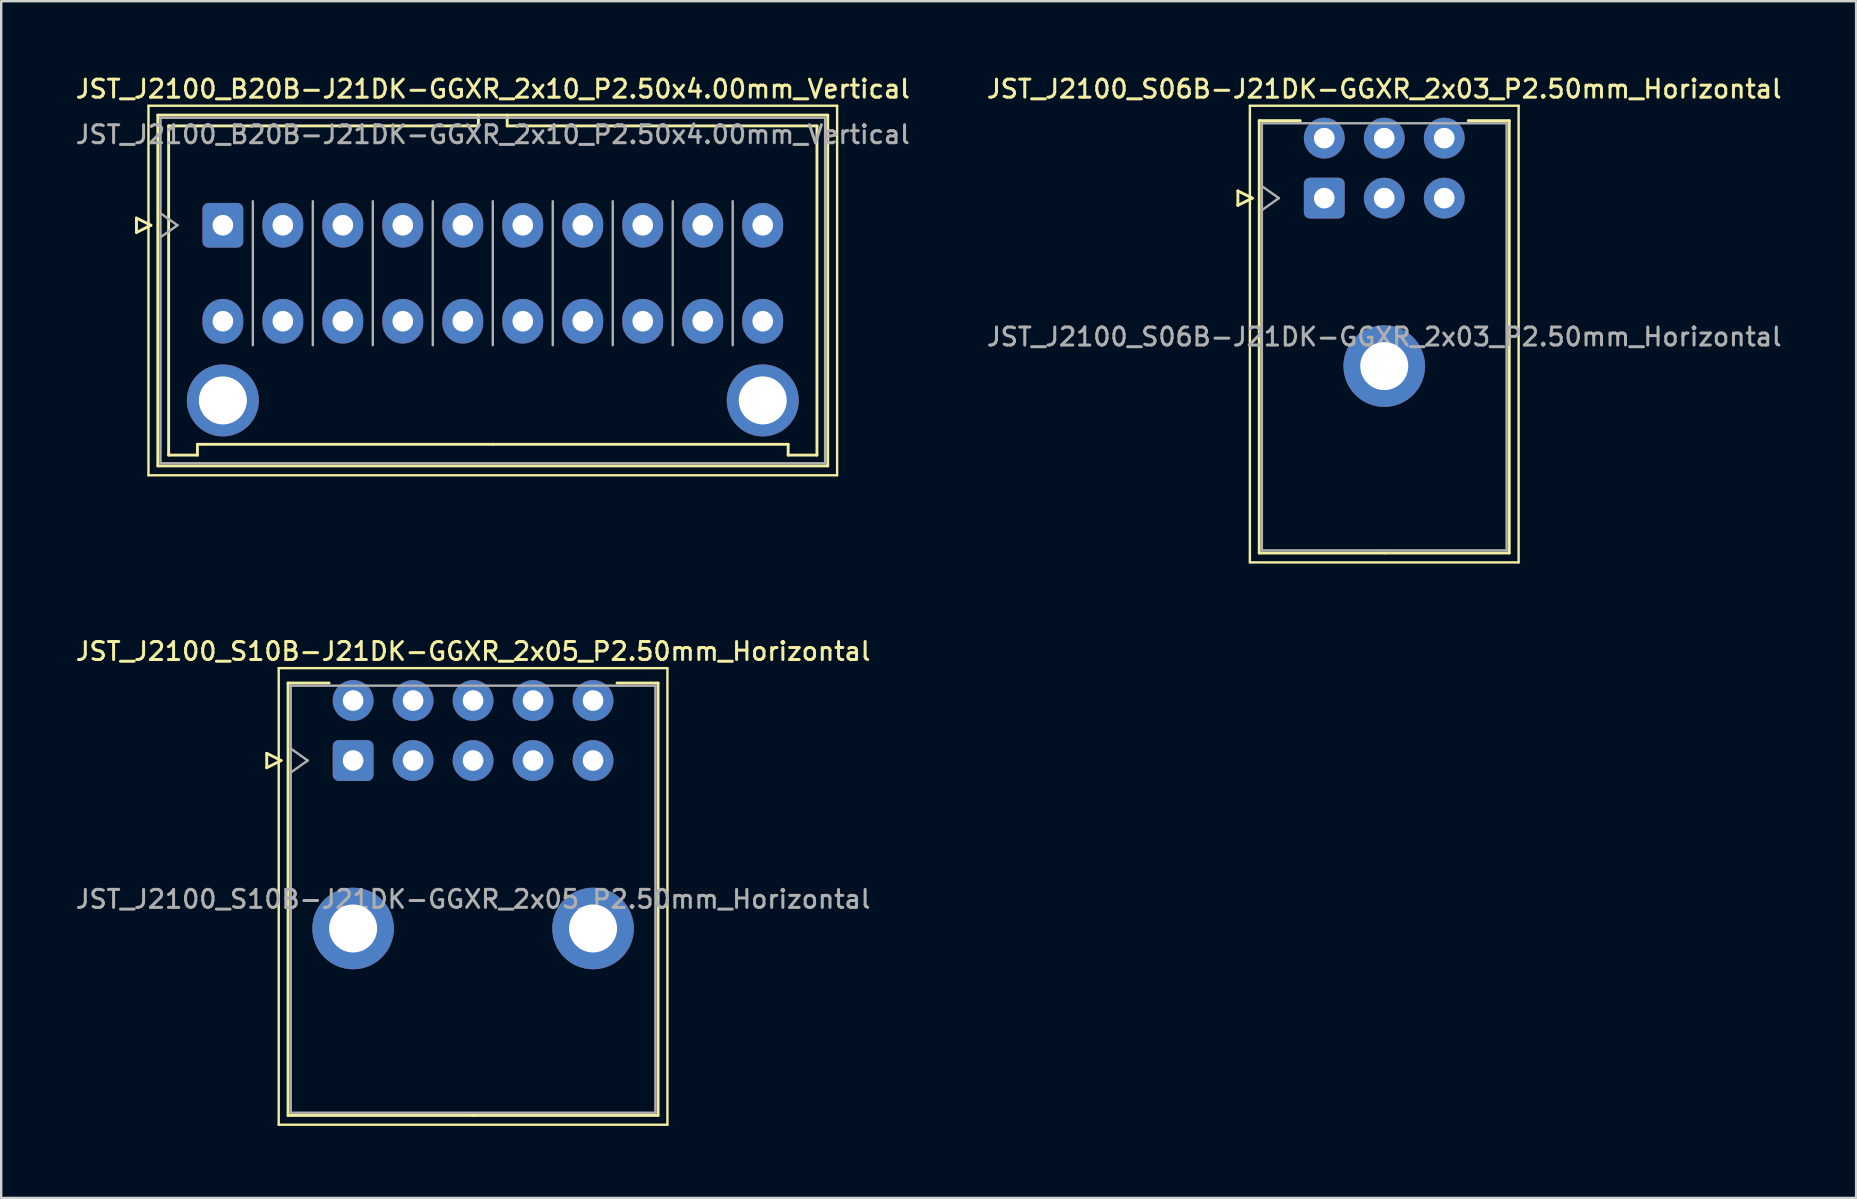
<source format=kicad_pcb>
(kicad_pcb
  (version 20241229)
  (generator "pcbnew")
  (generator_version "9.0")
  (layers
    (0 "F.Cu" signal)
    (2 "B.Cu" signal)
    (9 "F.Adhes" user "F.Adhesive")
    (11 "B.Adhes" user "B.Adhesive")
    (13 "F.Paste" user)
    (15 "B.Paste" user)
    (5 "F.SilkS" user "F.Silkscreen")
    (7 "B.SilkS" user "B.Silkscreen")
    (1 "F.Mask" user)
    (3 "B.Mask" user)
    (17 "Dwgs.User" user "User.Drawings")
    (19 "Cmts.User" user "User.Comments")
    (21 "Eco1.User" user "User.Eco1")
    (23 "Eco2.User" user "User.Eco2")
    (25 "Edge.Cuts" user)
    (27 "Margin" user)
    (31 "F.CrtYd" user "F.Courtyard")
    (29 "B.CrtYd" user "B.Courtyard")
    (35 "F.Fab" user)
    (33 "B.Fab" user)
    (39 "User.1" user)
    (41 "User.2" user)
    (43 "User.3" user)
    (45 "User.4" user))
  (footprint "JST_J2100_S10B-J21DK-GGXR_2x05_P2.50mm_Horizontal"
    (layer "F.Cu")
    (at 11.666 28.646)
    (property "Reference" "JST_J2100_S10B-J21DK-GGXR_2x05_P2.50mm_Horizontal" (at 5 -4.55 0) (layer "F.SilkS") (effects (font (size 0.75 0.75) (thickness 0.125))))
    (attr through_hole)
    (fp_line (start -3.6 -0.3) (end -3 0) (stroke (width 0.12) (type solid)) (layer "F.SilkS"))
    (fp_line (start -3.6 0.3) (end -3.6 -0.3) (stroke (width 0.12) (type solid)) (layer "F.SilkS"))
    (fp_line (start -3.1 -3.85) (end -3.1 15.18) (stroke (width 0.1) (type solid)) (layer "F.SilkS"))
    (fp_line (start -3.1 15.18) (end 13.1 15.18) (stroke (width 0.1) (type solid)) (layer "F.SilkS"))
    (fp_line (start -3 0) (end -3.6 0.3) (stroke (width 0.12) (type solid)) (layer "F.SilkS"))
    (fp_line (start -2.71 -3.23) (end -2.71 14.79) (stroke (width 0.12) (type solid)) (layer "F.SilkS"))
    (fp_line (start -2.71 14.79) (end 5 14.79) (stroke (width 0.12) (type solid)) (layer "F.SilkS"))
    (fp_line (start -1 -3.23) (end -2.71 -3.23) (stroke (width 0.12) (type solid)) (layer "F.SilkS"))
    (fp_line (start 11 -3.23) (end 12.71 -3.23) (stroke (width 0.12) (type solid)) (layer "F.SilkS"))
    (fp_line (start 12.71 -3.23) (end 12.71 14.79) (stroke (width 0.12) (type solid)) (layer "F.SilkS"))
    (fp_line (start 12.71 14.79) (end 5 14.79) (stroke (width 0.12) (type solid)) (layer "F.SilkS"))
    (fp_line (start 13.1 -3.85) (end -3.1 -3.85) (stroke (width 0.1) (type solid)) (layer "F.SilkS"))
    (fp_line (start 13.1 15.18) (end 13.1 -3.85) (stroke (width 0.1) (type solid)) (layer "F.SilkS"))
    (fp_line (start -2.6 -3.12) (end -2.6 14.68) (stroke (width 0.1) (type solid)) (layer "F.Fab"))
    (fp_line (start -2.6 0.5) (end -1.893 0) (stroke (width 0.1) (type solid)) (layer "F.Fab"))
    (fp_line (start -2.6 14.68) (end 12.6 14.68) (stroke (width 0.1) (type solid)) (layer "F.Fab"))
    (fp_line (start -1.893 0) (end -2.6 -0.5) (stroke (width 0.1) (type solid)) (layer "F.Fab"))
    (fp_line (start 12.6 -3.12) (end -2.6 -3.12) (stroke (width 0.1) (type solid)) (layer "F.Fab"))
    (fp_line (start 12.6 14.68) (end 12.6 -3.12) (stroke (width 0.1) (type solid)) (layer "F.Fab"))
    (fp_text user "${REFERENCE}" (at 5 5.78 0) (layer "F.Fab") (effects (font (size 0.75 0.75) (thickness 0.125))))
    (pad "" thru_hole circle (at 0 7) (size 3.4 3.4) (drill 2) (layers "*.Cu" "*.Mask"))
    (pad "" thru_hole circle (at 10 7) (size 3.4 3.4) (drill 2) (layers "*.Cu" "*.Mask"))
    (pad "1" thru_hole roundrect (at 0 0) (size 1.7 1.7) (drill 0.86) (layers "*.Cu" "*.Mask") (roundrect_rratio 0.147))
    (pad "2" thru_hole circle (at 2.5 0) (size 1.7 1.7) (drill 0.86) (layers "*.Cu" "*.Mask"))
    (pad "3" thru_hole circle (at 5 0) (size 1.7 1.7) (drill 0.86) (layers "*.Cu" "*.Mask"))
    (pad "4" thru_hole circle (at 7.5 0) (size 1.7 1.7) (drill 0.86) (layers "*.Cu" "*.Mask"))
    (pad "5" thru_hole circle (at 10 0) (size 1.7 1.7) (drill 0.86) (layers "*.Cu" "*.Mask"))
    (pad "6" thru_hole circle (at 0 -2.5) (size 1.7 1.7) (drill 0.86) (layers "*.Cu" "*.Mask"))
    (pad "7" thru_hole circle (at 2.5 -2.5) (size 1.7 1.7) (drill 0.86) (layers "*.Cu" "*.Mask"))
    (pad "8" thru_hole circle (at 5 -2.5) (size 1.7 1.7) (drill 0.86) (layers "*.Cu" "*.Mask"))
    (pad "9" thru_hole circle (at 7.5 -2.5) (size 1.7 1.7) (drill 0.86) (layers "*.Cu" "*.Mask"))
    (pad "10" thru_hole circle (at 10 -2.5) (size 1.7 1.7) (drill 0.86) (layers "*.Cu" "*.Mask")))
  (footprint "JST_J2100_S06B-J21DK-GGXR_2x03_P2.50mm_Horizontal"
    (layer "F.Cu")
    (at 52.141 5.208)
    (property "Reference" "JST_J2100_S06B-J21DK-GGXR_2x03_P2.50mm_Horizontal" (at 2.5 -4.55 0) (layer "F.SilkS") (effects (font (size 0.75 0.75) (thickness 0.125))))
    (attr through_hole)
    (fp_line (start -3.6 -0.3) (end -3 0) (stroke (width 0.12) (type solid)) (layer "F.SilkS"))
    (fp_line (start -3.6 0.3) (end -3.6 -0.3) (stroke (width 0.12) (type solid)) (layer "F.SilkS"))
    (fp_line (start -3.1 -3.85) (end -3.1 15.18) (stroke (width 0.1) (type solid)) (layer "F.SilkS"))
    (fp_line (start -3.1 15.18) (end 8.1 15.18) (stroke (width 0.1) (type solid)) (layer "F.SilkS"))
    (fp_line (start -3 0) (end -3.6 0.3) (stroke (width 0.12) (type solid)) (layer "F.SilkS"))
    (fp_line (start -2.71 -3.23) (end -2.71 14.79) (stroke (width 0.12) (type solid)) (layer "F.SilkS"))
    (fp_line (start -2.71 14.79) (end 2.5 14.79) (stroke (width 0.12) (type solid)) (layer "F.SilkS"))
    (fp_line (start -1 -3.23) (end -2.71 -3.23) (stroke (width 0.12) (type solid)) (layer "F.SilkS"))
    (fp_line (start 6 -3.23) (end 7.71 -3.23) (stroke (width 0.12) (type solid)) (layer "F.SilkS"))
    (fp_line (start 7.71 -3.23) (end 7.71 14.79) (stroke (width 0.12) (type solid)) (layer "F.SilkS"))
    (fp_line (start 7.71 14.79) (end 2.5 14.79) (stroke (width 0.12) (type solid)) (layer "F.SilkS"))
    (fp_line (start 8.1 -3.85) (end -3.1 -3.85) (stroke (width 0.1) (type solid)) (layer "F.SilkS"))
    (fp_line (start 8.1 15.18) (end 8.1 -3.85) (stroke (width 0.1) (type solid)) (layer "F.SilkS"))
    (fp_line (start -2.6 -3.12) (end -2.6 14.68) (stroke (width 0.1) (type solid)) (layer "F.Fab"))
    (fp_line (start -2.6 0.5) (end -1.893 0) (stroke (width 0.1) (type solid)) (layer "F.Fab"))
    (fp_line (start -2.6 14.68) (end 7.6 14.68) (stroke (width 0.1) (type solid)) (layer "F.Fab"))
    (fp_line (start -1.893 0) (end -2.6 -0.5) (stroke (width 0.1) (type solid)) (layer "F.Fab"))
    (fp_line (start 7.6 -3.12) (end -2.6 -3.12) (stroke (width 0.1) (type solid)) (layer "F.Fab"))
    (fp_line (start 7.6 14.68) (end 7.6 -3.12) (stroke (width 0.1) (type solid)) (layer "F.Fab"))
    (fp_text user "${REFERENCE}" (at 2.5 5.78 0) (layer "F.Fab") (effects (font (size 0.75 0.75) (thickness 0.125))))
    (pad "" thru_hole circle (at 2.5 7) (size 3.4 3.4) (drill 2) (layers "*.Cu" "*.Mask"))
    (pad "1" thru_hole roundrect (at 0 0) (size 1.7 1.7) (drill 0.86) (layers "*.Cu" "*.Mask") (roundrect_rratio 0.147))
    (pad "2" thru_hole circle (at 2.5 0) (size 1.7 1.7) (drill 0.86) (layers "*.Cu" "*.Mask"))
    (pad "3" thru_hole circle (at 5 0) (size 1.7 1.7) (drill 0.86) (layers "*.Cu" "*.Mask"))
    (pad "4" thru_hole circle (at 0 -2.5) (size 1.7 1.7) (drill 0.86) (layers "*.Cu" "*.Mask"))
    (pad "5" thru_hole circle (at 2.5 -2.5) (size 1.7 1.7) (drill 0.86) (layers "*.Cu" "*.Mask"))
    (pad "6" thru_hole circle (at 5 -2.5) (size 1.7 1.7) (drill 0.86) (layers "*.Cu" "*.Mask")))
  (footprint "JST_J2100_B20B-J21DK-GGXR_2x10_P2.50x4.00mm_Vertical"
    (layer "F.Cu")
    (at 6.238 6.338)
    (property "Reference" "JST_J2100_B20B-J21DK-GGXR_2x10_P2.50x4.00mm_Vertical" (at 11.25 -5.68 0) (layer "F.SilkS") (effects (font (size 0.75 0.75) (thickness 0.125))))
    (attr through_hole)
    (fp_line (start -3.6 -0.3) (end -3 0) (stroke (width 0.12) (type solid)) (layer "F.SilkS"))
    (fp_line (start -3.6 0.3) (end -3.6 -0.3) (stroke (width 0.12) (type solid)) (layer "F.SilkS"))
    (fp_line (start -3.1 -4.98) (end -3.1 10.42) (stroke (width 0.1) (type solid)) (layer "F.SilkS"))
    (fp_line (start -3.1 10.42) (end 25.6 10.42) (stroke (width 0.1) (type solid)) (layer "F.SilkS"))
    (fp_line (start -3 0) (end -3.6 0.3) (stroke (width 0.12) (type solid)) (layer "F.SilkS"))
    (fp_line (start -2.71 -4.59) (end -2.71 10.03) (stroke (width 0.12) (type solid)) (layer "F.SilkS"))
    (fp_line (start -2.71 10.03) (end 25.21 10.03) (stroke (width 0.12) (type solid)) (layer "F.SilkS"))
    (fp_line (start -2.26 -4.14) (end -2.26 9.58) (stroke (width 0.12) (type solid)) (layer "F.SilkS"))
    (fp_line (start -2.26 9.58) (end -1.06 9.58) (stroke (width 0.12) (type solid)) (layer "F.SilkS"))
    (fp_line (start -1.06 9.13) (end 11.25 9.13) (stroke (width 0.12) (type solid)) (layer "F.SilkS"))
    (fp_line (start -1.06 9.58) (end -1.06 9.13) (stroke (width 0.12) (type solid)) (layer "F.SilkS"))
    (fp_line (start 10.65 -4.59) (end 10.65 -4.14) (stroke (width 0.12) (type solid)) (layer "F.SilkS"))
    (fp_line (start 10.65 -4.14) (end -2.26 -4.14) (stroke (width 0.12) (type solid)) (layer "F.SilkS"))
    (fp_line (start 11.85 -4.59) (end 11.85 -4.14) (stroke (width 0.12) (type solid)) (layer "F.SilkS"))
    (fp_line (start 11.85 -4.14) (end 24.76 -4.14) (stroke (width 0.12) (type solid)) (layer "F.SilkS"))
    (fp_line (start 23.56 9.13) (end 11.25 9.13) (stroke (width 0.12) (type solid)) (layer "F.SilkS"))
    (fp_line (start 23.56 9.58) (end 23.56 9.13) (stroke (width 0.12) (type solid)) (layer "F.SilkS"))
    (fp_line (start 24.76 -4.14) (end 24.76 9.58) (stroke (width 0.12) (type solid)) (layer "F.SilkS"))
    (fp_line (start 24.76 9.58) (end 23.56 9.58) (stroke (width 0.12) (type solid)) (layer "F.SilkS"))
    (fp_line (start 25.21 -4.59) (end -2.71 -4.59) (stroke (width 0.12) (type solid)) (layer "F.SilkS"))
    (fp_line (start 25.21 10.03) (end 25.21 -4.59) (stroke (width 0.12) (type solid)) (layer "F.SilkS"))
    (fp_line (start 25.6 -4.98) (end -3.1 -4.98) (stroke (width 0.1) (type solid)) (layer "F.SilkS"))
    (fp_line (start 25.6 10.42) (end 25.6 -4.98) (stroke (width 0.1) (type solid)) (layer "F.SilkS"))
    (fp_line (start -2.6 -4.48) (end -2.6 9.92) (stroke (width 0.1) (type solid)) (layer "F.Fab"))
    (fp_line (start -2.6 0.5) (end -1.893 0) (stroke (width 0.1) (type solid)) (layer "F.Fab"))
    (fp_line (start -2.6 9.92) (end 25.1 9.92) (stroke (width 0.1) (type solid)) (layer "F.Fab"))
    (fp_line (start -1.893 0) (end -2.6 -0.5) (stroke (width 0.1) (type solid)) (layer "F.Fab"))
    (fp_line (start 1.25 5) (end 1.25 -1) (stroke (width 0.1) (type solid)) (layer "F.Fab"))
    (fp_line (start 3.75 5) (end 3.75 -1) (stroke (width 0.1) (type solid)) (layer "F.Fab"))
    (fp_line (start 6.25 5) (end 6.25 -1) (stroke (width 0.1) (type solid)) (layer "F.Fab"))
    (fp_line (start 8.75 5) (end 8.75 -1) (stroke (width 0.1) (type solid)) (layer "F.Fab"))
    (fp_line (start 11.25 5) (end 11.25 -1) (stroke (width 0.1) (type solid)) (layer "F.Fab"))
    (fp_line (start 13.75 5) (end 13.75 -1) (stroke (width 0.1) (type solid)) (layer "F.Fab"))
    (fp_line (start 16.25 5) (end 16.25 -1) (stroke (width 0.1) (type solid)) (layer "F.Fab"))
    (fp_line (start 18.75 5) (end 18.75 -1) (stroke (width 0.1) (type solid)) (layer "F.Fab"))
    (fp_line (start 21.25 5) (end 21.25 -1) (stroke (width 0.1) (type solid)) (layer "F.Fab"))
    (fp_line (start 25.1 -4.48) (end -2.6 -4.48) (stroke (width 0.1) (type solid)) (layer "F.Fab"))
    (fp_line (start 25.1 9.92) (end 25.1 -4.48) (stroke (width 0.1) (type solid)) (layer "F.Fab"))
    (fp_text user "${REFERENCE}" (at 11.25 -3.78 0) (layer "F.Fab") (effects (font (size 0.75 0.75) (thickness 0.125))))
    (pad "" thru_hole circle (at 0 7.3) (size 3 3) (drill 2) (layers "*.Cu" "*.Mask"))
    (pad "" thru_hole circle (at 22.5 7.3) (size 3 3) (drill 2) (layers "*.Cu" "*.Mask"))
    (pad "1" thru_hole roundrect (at 0 0) (size 1.7 1.86) (drill 0.86) (layers "*.Cu" "*.Mask") (roundrect_rratio 0.147))
    (pad "2" thru_hole oval (at 2.5 0) (size 1.7 1.86) (drill 0.86) (layers "*.Cu" "*.Mask"))
    (pad "3" thru_hole oval (at 5 0) (size 1.7 1.86) (drill 0.86) (layers "*.Cu" "*.Mask"))
    (pad "4" thru_hole oval (at 7.5 0) (size 1.7 1.86) (drill 0.86) (layers "*.Cu" "*.Mask"))
    (pad "5" thru_hole oval (at 10 0) (size 1.7 1.86) (drill 0.86) (layers "*.Cu" "*.Mask"))
    (pad "6" thru_hole oval (at 12.5 0) (size 1.7 1.86) (drill 0.86) (layers "*.Cu" "*.Mask"))
    (pad "7" thru_hole oval (at 15 0) (size 1.7 1.86) (drill 0.86) (layers "*.Cu" "*.Mask"))
    (pad "8" thru_hole oval (at 17.5 0) (size 1.7 1.86) (drill 0.86) (layers "*.Cu" "*.Mask"))
    (pad "9" thru_hole oval (at 20 0) (size 1.7 1.86) (drill 0.86) (layers "*.Cu" "*.Mask"))
    (pad "10" thru_hole oval (at 22.5 0) (size 1.7 1.86) (drill 0.86) (layers "*.Cu" "*.Mask"))
    (pad "11" thru_hole oval (at 0 4) (size 1.7 1.86) (drill 0.86) (layers "*.Cu" "*.Mask"))
    (pad "12" thru_hole oval (at 2.5 4) (size 1.7 1.86) (drill 0.86) (layers "*.Cu" "*.Mask"))
    (pad "13" thru_hole oval (at 5 4) (size 1.7 1.86) (drill 0.86) (layers "*.Cu" "*.Mask"))
    (pad "14" thru_hole oval (at 7.5 4) (size 1.7 1.86) (drill 0.86) (layers "*.Cu" "*.Mask"))
    (pad "15" thru_hole oval (at 10 4) (size 1.7 1.86) (drill 0.86) (layers "*.Cu" "*.Mask"))
    (pad "16" thru_hole oval (at 12.5 4) (size 1.7 1.86) (drill 0.86) (layers "*.Cu" "*.Mask"))
    (pad "17" thru_hole oval (at 15 4) (size 1.7 1.86) (drill 0.86) (layers "*.Cu" "*.Mask"))
    (pad "18" thru_hole oval (at 17.5 4) (size 1.7 1.86) (drill 0.86) (layers "*.Cu" "*.Mask"))
    (pad "19" thru_hole oval (at 20 4) (size 1.7 1.86) (drill 0.86) (layers "*.Cu" "*.Mask"))
    (pad "20" thru_hole oval (at 22.5 4) (size 1.7 1.86) (drill 0.86) (layers "*.Cu" "*.Mask")))
  (gr_rect
    (start -3 -3)
    (end 74.307 46.876)
    (stroke (width 0.1) (type default))
    (fill no)
    (layer "Edge.Cuts")))
</source>
